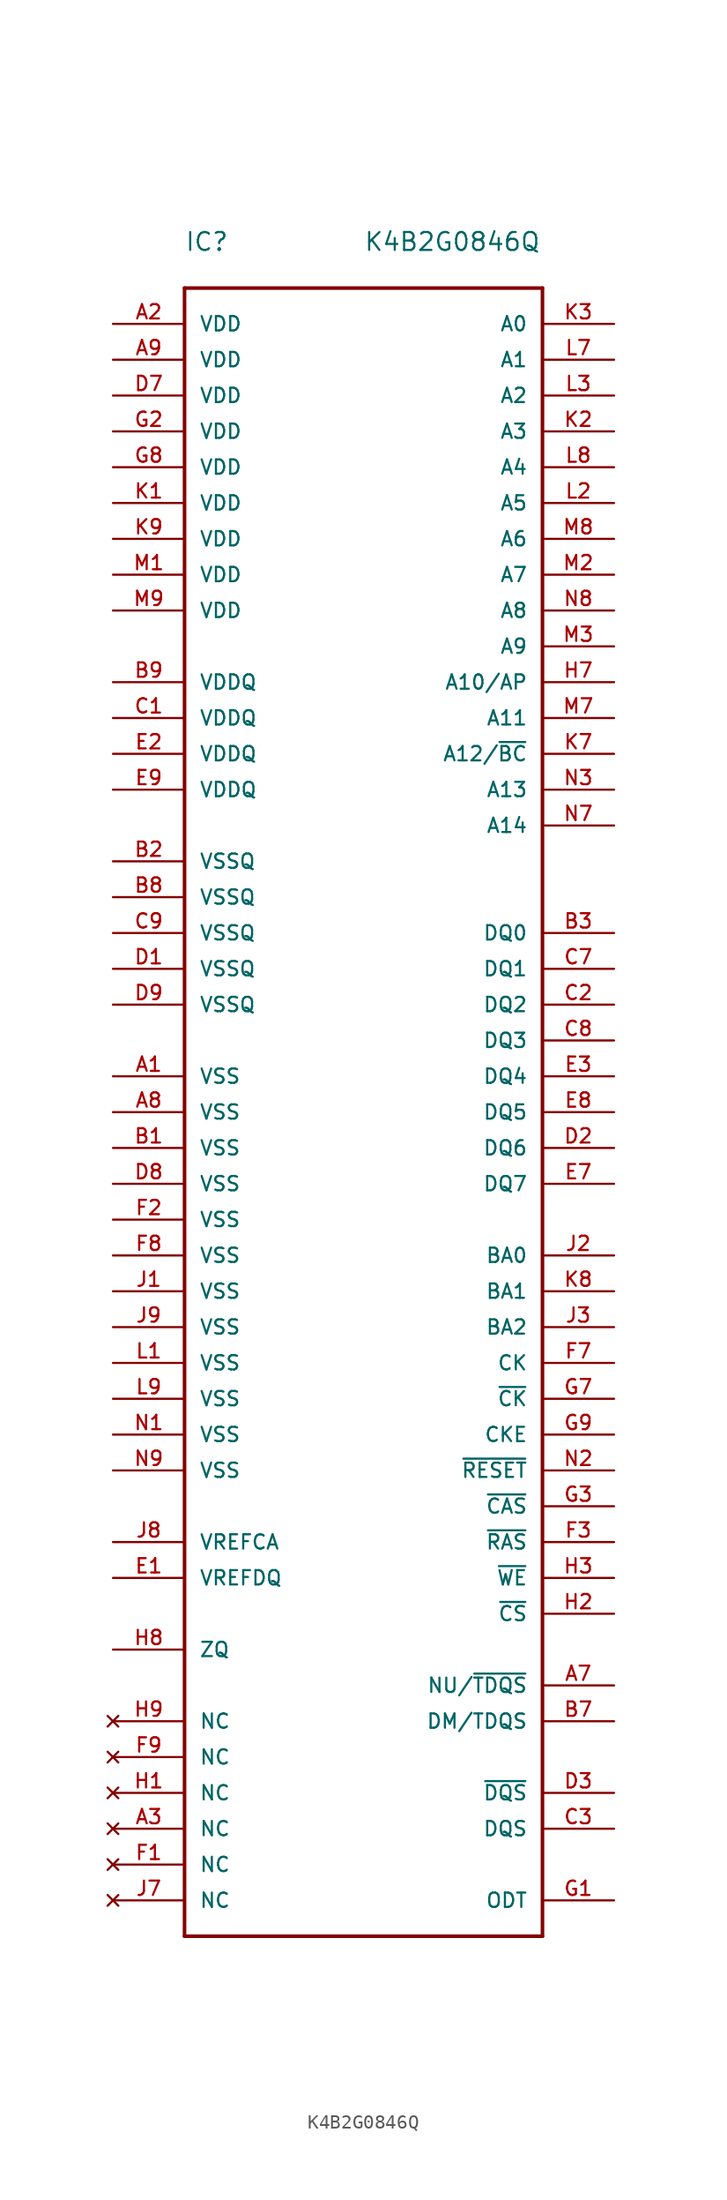
<source format=kicad_sym>
(kicad_symbol_lib
  (version 20220914)
  (generator kicad_symbol_editor)
  (symbol "K4B2G0846Q"
    (pin_names
      (offset 1.016))
    (property "Reference" "IC"
      (at 0 2.54 0)
      (effects (font (size 1.27 1.27)) (justify left bottom)))
    (property "Value" "K4B2G0846Q"
      (at 12.7 2.54 0)
      (effects (font (size 1.27 1.27)) (justify left bottom)))
    (symbol "K4B2G0846Q_1_0"
      (polyline (pts (xy 0 -116.84) (xy 0 0)) (stroke (width 0.254) (type solid)) (fill (type none)))
      (polyline (pts (xy 0 0) (xy 25.4 0)) (stroke (width 0.254) (type solid)) (fill (type none)))
      (polyline (pts (xy 25.4 -116.84) (xy 0 -116.84)) (stroke (width 0.254) (type solid)) (fill (type none)))
      (polyline (pts (xy 25.4 0) (xy 25.4 -116.84)) (stroke (width 0.254) (type solid)) (fill (type none)))
      (pin power_in line (at -5.08 -5.08 0) (length 5.08) (name "VDD" (effects (font (size 1.016 1.016)))) (number "A9" (effects (font (size 1.016 1.016)))))
      (pin power_in line (at -5.08 -27.94 0) (length 5.08) (name "VDDQ" (effects (font (size 1.016 1.016)))) (number "B9" (effects (font (size 1.016 1.016)))))
      (pin power_in line (at -5.08 -45.72 0) (length 5.08) (name "VSSQ" (effects (font (size 1.016 1.016)))) (number "C9" (effects (font (size 1.016 1.016)))))
      (pin power_in line (at -5.08 -50.8 0) (length 5.08) (name "VSSQ" (effects (font (size 1.016 1.016)))) (number "D9" (effects (font (size 1.016 1.016)))))
      (pin power_in line (at -5.08 -35.56 0) (length 5.08) (name "VDDQ" (effects (font (size 1.016 1.016)))) (number "E9" (effects (font (size 1.016 1.016)))))
      (pin no_connect line (at -5.08 -104.14 0) (length 5.08) (name "NC" (effects (font (size 1.016 1.016)))) (number "F9" (effects (font (size 1.016 1.016)))))
      (pin input line (at 30.48 -81.28 180) (length 5.08) (name "CKE" (effects (font (size 1.016 1.016)))) (number "G9" (effects (font (size 1.016 1.016)))))
      (pin no_connect line (at -5.08 -101.6 0) (length 5.08) (name "NC" (effects (font (size 1.016 1.016)))) (number "H9" (effects (font (size 1.016 1.016)))))
      (pin power_in line (at -5.08 -73.66 0) (length 5.08) (name "VSS" (effects (font (size 1.016 1.016)))) (number "J9" (effects (font (size 1.016 1.016)))))
      (pin power_in line (at -5.08 -17.78 0) (length 5.08) (name "VDD" (effects (font (size 1.016 1.016)))) (number "K9" (effects (font (size 1.016 1.016)))))
      (pin power_in line (at -5.08 -78.74 0) (length 5.08) (name "VSS" (effects (font (size 1.016 1.016)))) (number "L9" (effects (font (size 1.016 1.016)))))
      (pin power_in line (at -5.08 -22.86 0) (length 5.08) (name "VDD" (effects (font (size 1.016 1.016)))) (number "M9" (effects (font (size 1.016 1.016)))))
      (pin power_in line (at -5.08 -83.82 0) (length 5.08) (name "VSS" (effects (font (size 1.016 1.016)))) (number "N9" (effects (font (size 1.016 1.016))))))
    (symbol "K4B2G0846Q_1_1"
      (pin power_in line (at -5.08 -55.88 0) (length 5.08) (name "VSS" (effects (font (size 1.016 1.016)))) (number "A1" (effects (font (size 1.016 1.016)))))
      (pin power_in line (at -5.08 -2.54 0) (length 5.08) (name "VDD" (effects (font (size 1.016 1.016)))) (number "A2" (effects (font (size 1.016 1.016)))))
      (pin no_connect line (at -5.08 -109.22 0) (length 5.08) (name "NC" (effects (font (size 1.016 1.016)))) (number "A3" (effects (font (size 1.016 1.016)))))
      (pin output line (at 30.48 -99.06 180) (length 5.08) (name "NU/~{TDQS}" (effects (font (size 1.016 1.016)))) (number "A7" (effects (font (size 1.016 1.016)))))
      (pin power_in line (at -5.08 -58.42 0) (length 5.08) (name "VSS" (effects (font (size 1.016 1.016)))) (number "A8" (effects (font (size 1.016 1.016)))))
      (pin power_in line (at -5.08 -60.96 0) (length 5.08) (name "VSS" (effects (font (size 1.016 1.016)))) (number "B1" (effects (font (size 1.016 1.016)))))
      (pin power_in line (at -5.08 -40.64 0) (length 5.08) (name "VSSQ" (effects (font (size 1.016 1.016)))) (number "B2" (effects (font (size 1.016 1.016)))))
      (pin bidirectional line (at 30.48 -45.72 180) (length 5.08) (name "DQ0" (effects (font (size 1.016 1.016)))) (number "B3" (effects (font (size 1.016 1.016)))))
      (pin output line (at 30.48 -101.6 180) (length 5.08) (name "DM/TDQS" (effects (font (size 1.016 1.016)))) (number "B7" (effects (font (size 1.016 1.016)))))
      (pin power_in line (at -5.08 -43.18 0) (length 5.08) (name "VSSQ" (effects (font (size 1.016 1.016)))) (number "B8" (effects (font (size 1.016 1.016)))))
      (pin power_in line (at -5.08 -30.48 0) (length 5.08) (name "VDDQ" (effects (font (size 1.016 1.016)))) (number "C1" (effects (font (size 1.016 1.016)))))
      (pin bidirectional line (at 30.48 -50.8 180) (length 5.08) (name "DQ2" (effects (font (size 1.016 1.016)))) (number "C2" (effects (font (size 1.016 1.016)))))
      (pin bidirectional line (at 30.48 -109.22 180) (length 5.08) (name "DQS" (effects (font (size 1.016 1.016)))) (number "C3" (effects (font (size 1.016 1.016)))))
      (pin bidirectional line (at 30.48 -48.26 180) (length 5.08) (name "DQ1" (effects (font (size 1.016 1.016)))) (number "C7" (effects (font (size 1.016 1.016)))))
      (pin bidirectional line (at 30.48 -53.34 180) (length 5.08) (name "DQ3" (effects (font (size 1.016 1.016)))) (number "C8" (effects (font (size 1.016 1.016)))))
      (pin power_in line (at -5.08 -48.26 0) (length 5.08) (name "VSSQ" (effects (font (size 1.016 1.016)))) (number "D1" (effects (font (size 1.016 1.016)))))
      (pin bidirectional line (at 30.48 -60.96 180) (length 5.08) (name "DQ6" (effects (font (size 1.016 1.016)))) (number "D2" (effects (font (size 1.016 1.016)))))
      (pin bidirectional line (at 30.48 -106.68 180) (length 5.08) (name "~{DQS}" (effects (font (size 1.016 1.016)))) (number "D3" (effects (font (size 1.016 1.016)))))
      (pin power_in line (at -5.08 -7.62 0) (length 5.08) (name "VDD" (effects (font (size 1.016 1.016)))) (number "D7" (effects (font (size 1.016 1.016)))))
      (pin power_in line (at -5.08 -63.5 0) (length 5.08) (name "VSS" (effects (font (size 1.016 1.016)))) (number "D8" (effects (font (size 1.016 1.016)))))
      (pin power_in line (at -5.08 -91.44 0) (length 5.08) (name "VREFDQ" (effects (font (size 1.016 1.016)))) (number "E1" (effects (font (size 1.016 1.016)))))
      (pin power_in line (at -5.08 -33.02 0) (length 5.08) (name "VDDQ" (effects (font (size 1.016 1.016)))) (number "E2" (effects (font (size 1.016 1.016)))))
      (pin bidirectional line (at 30.48 -55.88 180) (length 5.08) (name "DQ4" (effects (font (size 1.016 1.016)))) (number "E3" (effects (font (size 1.016 1.016)))))
      (pin bidirectional line (at 30.48 -63.5 180) (length 5.08) (name "DQ7" (effects (font (size 1.016 1.016)))) (number "E7" (effects (font (size 1.016 1.016)))))
      (pin bidirectional line (at 30.48 -58.42 180) (length 5.08) (name "DQ5" (effects (font (size 1.016 1.016)))) (number "E8" (effects (font (size 1.016 1.016)))))
      (pin no_connect line (at -5.08 -111.76 0) (length 5.08) (name "NC" (effects (font (size 1.016 1.016)))) (number "F1" (effects (font (size 1.016 1.016)))))
      (pin power_in line (at -5.08 -66.04 0) (length 5.08) (name "VSS" (effects (font (size 1.016 1.016)))) (number "F2" (effects (font (size 1.016 1.016)))))
      (pin input line (at 30.48 -88.9 180) (length 5.08) (name "~{RAS}" (effects (font (size 1.016 1.016)))) (number "F3" (effects (font (size 1.016 1.016)))))
      (pin input line (at 30.48 -76.2 180) (length 5.08) (name "CK" (effects (font (size 1.016 1.016)))) (number "F7" (effects (font (size 1.016 1.016)))))
      (pin power_in line (at -5.08 -68.58 0) (length 5.08) (name "VSS" (effects (font (size 1.016 1.016)))) (number "F8" (effects (font (size 1.016 1.016)))))
      (pin input line (at 30.48 -114.3 180) (length 5.08) (name "ODT" (effects (font (size 1.016 1.016)))) (number "G1" (effects (font (size 1.016 1.016)))))
      (pin power_in line (at -5.08 -10.16 0) (length 5.08) (name "VDD" (effects (font (size 1.016 1.016)))) (number "G2" (effects (font (size 1.016 1.016)))))
      (pin input line (at 30.48 -86.36 180) (length 5.08) (name "~{CAS}" (effects (font (size 1.016 1.016)))) (number "G3" (effects (font (size 1.016 1.016)))))
      (pin input line (at 30.48 -78.74 180) (length 5.08) (name "~{CK}" (effects (font (size 1.016 1.016)))) (number "G7" (effects (font (size 1.016 1.016)))))
      (pin power_in line (at -5.08 -12.7 0) (length 5.08) (name "VDD" (effects (font (size 1.016 1.016)))) (number "G8" (effects (font (size 1.016 1.016)))))
      (pin no_connect line (at -5.08 -106.68 0) (length 5.08) (name "NC" (effects (font (size 1.016 1.016)))) (number "H1" (effects (font (size 1.016 1.016)))))
      (pin input line (at 30.48 -93.98 180) (length 5.08) (name "~{CS}" (effects (font (size 1.016 1.016)))) (number "H2" (effects (font (size 1.016 1.016)))))
      (pin input line (at 30.48 -91.44 180) (length 5.08) (name "~{WE}" (effects (font (size 1.016 1.016)))) (number "H3" (effects (font (size 1.016 1.016)))))
      (pin input line (at 30.48 -27.94 180) (length 5.08) (name "A10/AP" (effects (font (size 1.016 1.016)))) (number "H7" (effects (font (size 1.016 1.016)))))
      (pin power_in line (at -5.08 -96.52 0) (length 5.08) (name "ZQ" (effects (font (size 1.016 1.016)))) (number "H8" (effects (font (size 1.016 1.016)))))
      (pin power_in line (at -5.08 -71.12 0) (length 5.08) (name "VSS" (effects (font (size 1.016 1.016)))) (number "J1" (effects (font (size 1.016 1.016)))))
      (pin input line (at 30.48 -68.58 180) (length 5.08) (name "BA0" (effects (font (size 1.016 1.016)))) (number "J2" (effects (font (size 1.016 1.016)))))
      (pin input line (at 30.48 -73.66 180) (length 5.08) (name "BA2" (effects (font (size 1.016 1.016)))) (number "J3" (effects (font (size 1.016 1.016)))))
      (pin no_connect line (at -5.08 -114.3 0) (length 5.08) (name "NC" (effects (font (size 1.016 1.016)))) (number "J7" (effects (font (size 1.016 1.016)))))
      (pin power_in line (at -5.08 -88.9 0) (length 5.08) (name "VREFCA" (effects (font (size 1.016 1.016)))) (number "J8" (effects (font (size 1.016 1.016)))))
      (pin power_in line (at -5.08 -15.24 0) (length 5.08) (name "VDD" (effects (font (size 1.016 1.016)))) (number "K1" (effects (font (size 1.016 1.016)))))
      (pin output line (at 30.48 -10.16 180) (length 5.08) (name "A3" (effects (font (size 1.016 1.016)))) (number "K2" (effects (font (size 1.016 1.016)))))
      (pin input line (at 30.48 -2.54 180) (length 5.08) (name "A0" (effects (font (size 1.016 1.016)))) (number "K3" (effects (font (size 1.016 1.016)))))
      (pin input line (at 30.48 -33.02 180) (length 5.08) (name "A12/~{BC}" (effects (font (size 1.016 1.016)))) (number "K7" (effects (font (size 1.016 1.016)))))
      (pin input line (at 30.48 -71.12 180) (length 5.08) (name "BA1" (effects (font (size 1.016 1.016)))) (number "K8" (effects (font (size 1.016 1.016)))))
      (pin power_in line (at -5.08 -76.2 0) (length 5.08) (name "VSS" (effects (font (size 1.016 1.016)))) (number "L1" (effects (font (size 1.016 1.016)))))
      (pin input line (at 30.48 -15.24 180) (length 5.08) (name "A5" (effects (font (size 1.016 1.016)))) (number "L2" (effects (font (size 1.016 1.016)))))
      (pin input line (at 30.48 -7.62 180) (length 5.08) (name "A2" (effects (font (size 1.016 1.016)))) (number "L3" (effects (font (size 1.016 1.016)))))
      (pin input line (at 30.48 -5.08 180) (length 5.08) (name "A1" (effects (font (size 1.016 1.016)))) (number "L7" (effects (font (size 1.016 1.016)))))
      (pin input line (at 30.48 -12.7 180) (length 5.08) (name "A4" (effects (font (size 1.016 1.016)))) (number "L8" (effects (font (size 1.016 1.016)))))
      (pin power_in line (at -5.08 -20.32 0) (length 5.08) (name "VDD" (effects (font (size 1.016 1.016)))) (number "M1" (effects (font (size 1.016 1.016)))))
      (pin input line (at 30.48 -20.32 180) (length 5.08) (name "A7" (effects (font (size 1.016 1.016)))) (number "M2" (effects (font (size 1.016 1.016)))))
      (pin input line (at 30.48 -25.4 180) (length 5.08) (name "A9" (effects (font (size 1.016 1.016)))) (number "M3" (effects (font (size 1.016 1.016)))))
      (pin input line (at 30.48 -30.48 180) (length 5.08) (name "A11" (effects (font (size 1.016 1.016)))) (number "M7" (effects (font (size 1.016 1.016)))))
      (pin input line (at 30.48 -17.78 180) (length 5.08) (name "A6" (effects (font (size 1.016 1.016)))) (number "M8" (effects (font (size 1.016 1.016)))))
      (pin power_in line (at -5.08 -81.28 0) (length 5.08) (name "VSS" (effects (font (size 1.016 1.016)))) (number "N1" (effects (font (size 1.016 1.016)))))
      (pin input line (at 30.48 -83.82 180) (length 5.08) (name "~{RESET}" (effects (font (size 1.016 1.016)))) (number "N2" (effects (font (size 1.016 1.016)))))
      (pin input line (at 30.48 -35.56 180) (length 5.08) (name "A13" (effects (font (size 1.016 1.016)))) (number "N3" (effects (font (size 1.016 1.016)))))
      (pin input line (at 30.48 -38.1 180) (length 5.08) (name "A14" (effects (font (size 1.016 1.016)))) (number "N7" (effects (font (size 1.016 1.016)))))
      (pin input line (at 30.48 -22.86 180) (length 5.08) (name "A8" (effects (font (size 1.016 1.016)))) (number "N8" (effects (font (size 1.016 1.016))))))))
</source>
